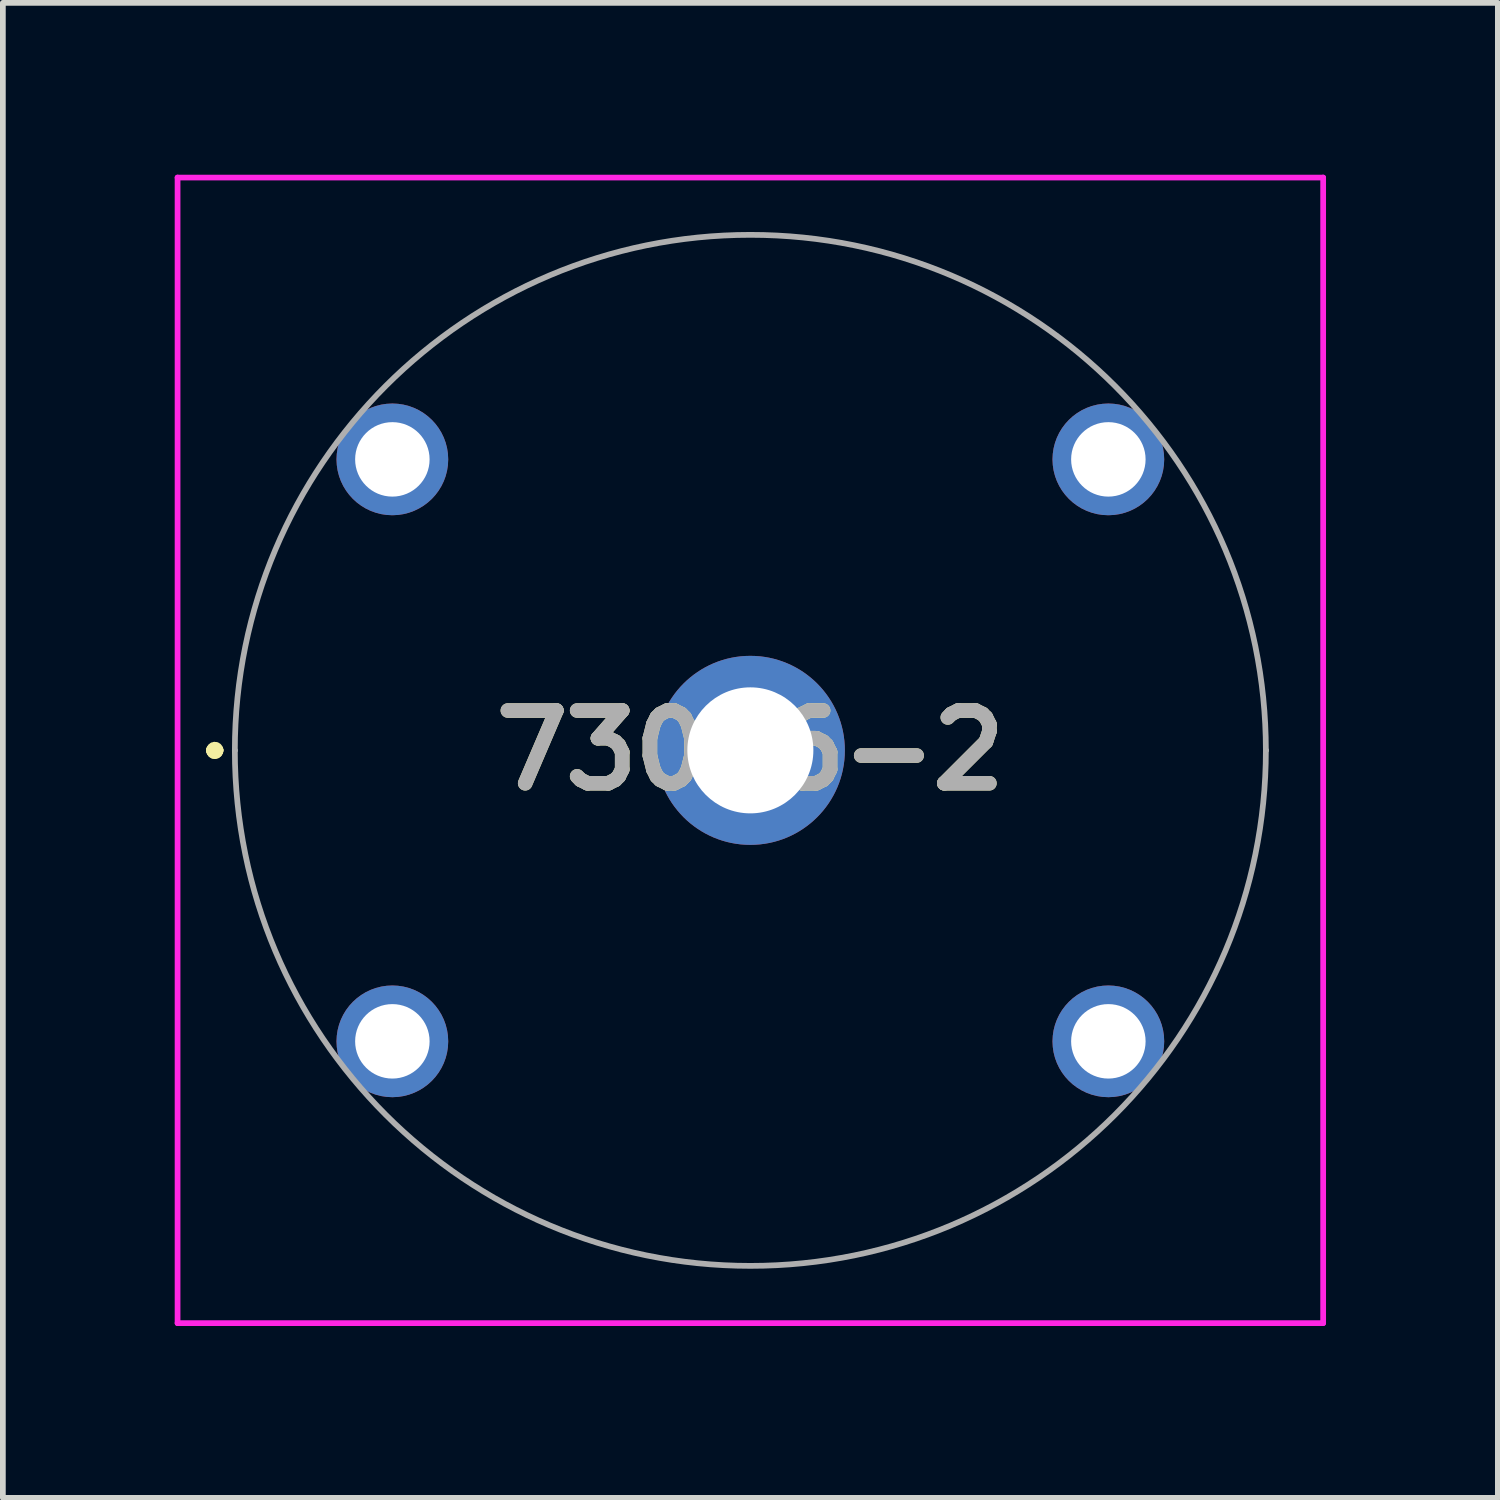
<source format=kicad_pcb>
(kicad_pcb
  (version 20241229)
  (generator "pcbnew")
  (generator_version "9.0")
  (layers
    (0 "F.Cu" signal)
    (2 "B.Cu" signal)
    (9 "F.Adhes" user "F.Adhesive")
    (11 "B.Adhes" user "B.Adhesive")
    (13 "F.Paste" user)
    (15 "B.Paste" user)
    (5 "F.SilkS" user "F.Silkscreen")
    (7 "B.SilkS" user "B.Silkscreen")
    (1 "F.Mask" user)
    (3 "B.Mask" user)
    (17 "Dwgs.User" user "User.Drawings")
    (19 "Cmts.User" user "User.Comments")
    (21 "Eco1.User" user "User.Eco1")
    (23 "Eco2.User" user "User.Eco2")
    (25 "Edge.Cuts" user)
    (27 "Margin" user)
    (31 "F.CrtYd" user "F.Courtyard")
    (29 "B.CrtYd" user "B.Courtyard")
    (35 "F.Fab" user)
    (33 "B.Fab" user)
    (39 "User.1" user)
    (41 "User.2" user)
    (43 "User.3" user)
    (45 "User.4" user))
  (footprint "73096-2"
    (layer "F.Cu")
    (at 10.05 10.05)
    (property "Reference" "73096-2" (at 0 0 0) (layer "F.SilkS") (effects (font (size 1.27 1.27) (thickness 0.254))))
    (attr through_hole)
    (fp_line (start -9.4 0) (end -9.4 0) (stroke (width 0.2) (type solid)) (layer "F.SilkS"))
    (fp_line (start -9.4 0) (end -9.4 0) (stroke (width 0.2) (type solid)) (layer "F.SilkS"))
    (fp_line (start -9.3 0) (end -9.3 0) (stroke (width 0.2) (type solid)) (layer "F.SilkS"))
    (fp_arc (start -9.4 0) (mid -9.35 -0.05) (end -9.3 0) (stroke (width 0.2) (type solid)) (layer "F.SilkS"))
    (fp_arc (start -9.3 0) (mid -9.35 0.05) (end -9.4 0) (stroke (width 0.2) (type solid)) (layer "F.SilkS"))
    (fp_arc (start -9.3 0) (mid -9.35 0.05) (end -9.4 0) (stroke (width 0.2) (type solid)) (layer "F.SilkS"))
    (fp_line (start -10 -10) (end 10 -10) (stroke (width 0.1) (type solid)) (layer "F.CrtYd"))
    (fp_line (start -10 10) (end -10 -10) (stroke (width 0.1) (type solid)) (layer "F.CrtYd"))
    (fp_line (start 10 -10) (end 10 10) (stroke (width 0.1) (type solid)) (layer "F.CrtYd"))
    (fp_line (start 10 10) (end -10 10) (stroke (width 0.1) (type solid)) (layer "F.CrtYd"))
    (fp_line (start -9 0) (end -9 0) (stroke (width 0.1) (type solid)) (layer "F.Fab"))
    (fp_line (start 9 0) (end 9 0) (stroke (width 0.1) (type solid)) (layer "F.Fab"))
    (fp_arc (start -9 0) (mid 0 -9) (end 9 0) (stroke (width 0.1) (type solid)) (layer "F.Fab"))
    (fp_arc (start 9 0) (mid 0 9) (end -9 0) (stroke (width 0.1) (type solid)) (layer "F.Fab"))
    (fp_text user "${REFERENCE}" (at 0 0 0) (layer "F.Fab") (effects (font (size 1.27 1.27) (thickness 0.254))))
    (pad "1" thru_hole circle (at 0 0) (size 3.3 3.3) (drill 2.2) (layers "*.Cu" "*.Mask"))
    (pad "2" thru_hole circle (at -6.25 5.08) (size 1.95 1.95) (drill 1.3) (layers "*.Cu" "*.Mask"))
    (pad "3" thru_hole circle (at 6.25 5.08) (size 1.95 1.95) (drill 1.3) (layers "*.Cu" "*.Mask"))
    (pad "4" thru_hole circle (at 6.25 -5.08) (size 1.95 1.95) (drill 1.3) (layers "*.Cu" "*.Mask"))
    (pad "5" thru_hole circle (at -6.25 -5.08) (size 1.95 1.95) (drill 1.3) (layers "*.Cu" "*.Mask")))
  (gr_rect
    (start -3 -3)
    (end 23.1 23.1)
    (stroke (width 0.1) (type default))
    (fill no)
    (layer "Edge.Cuts")))
</source>
